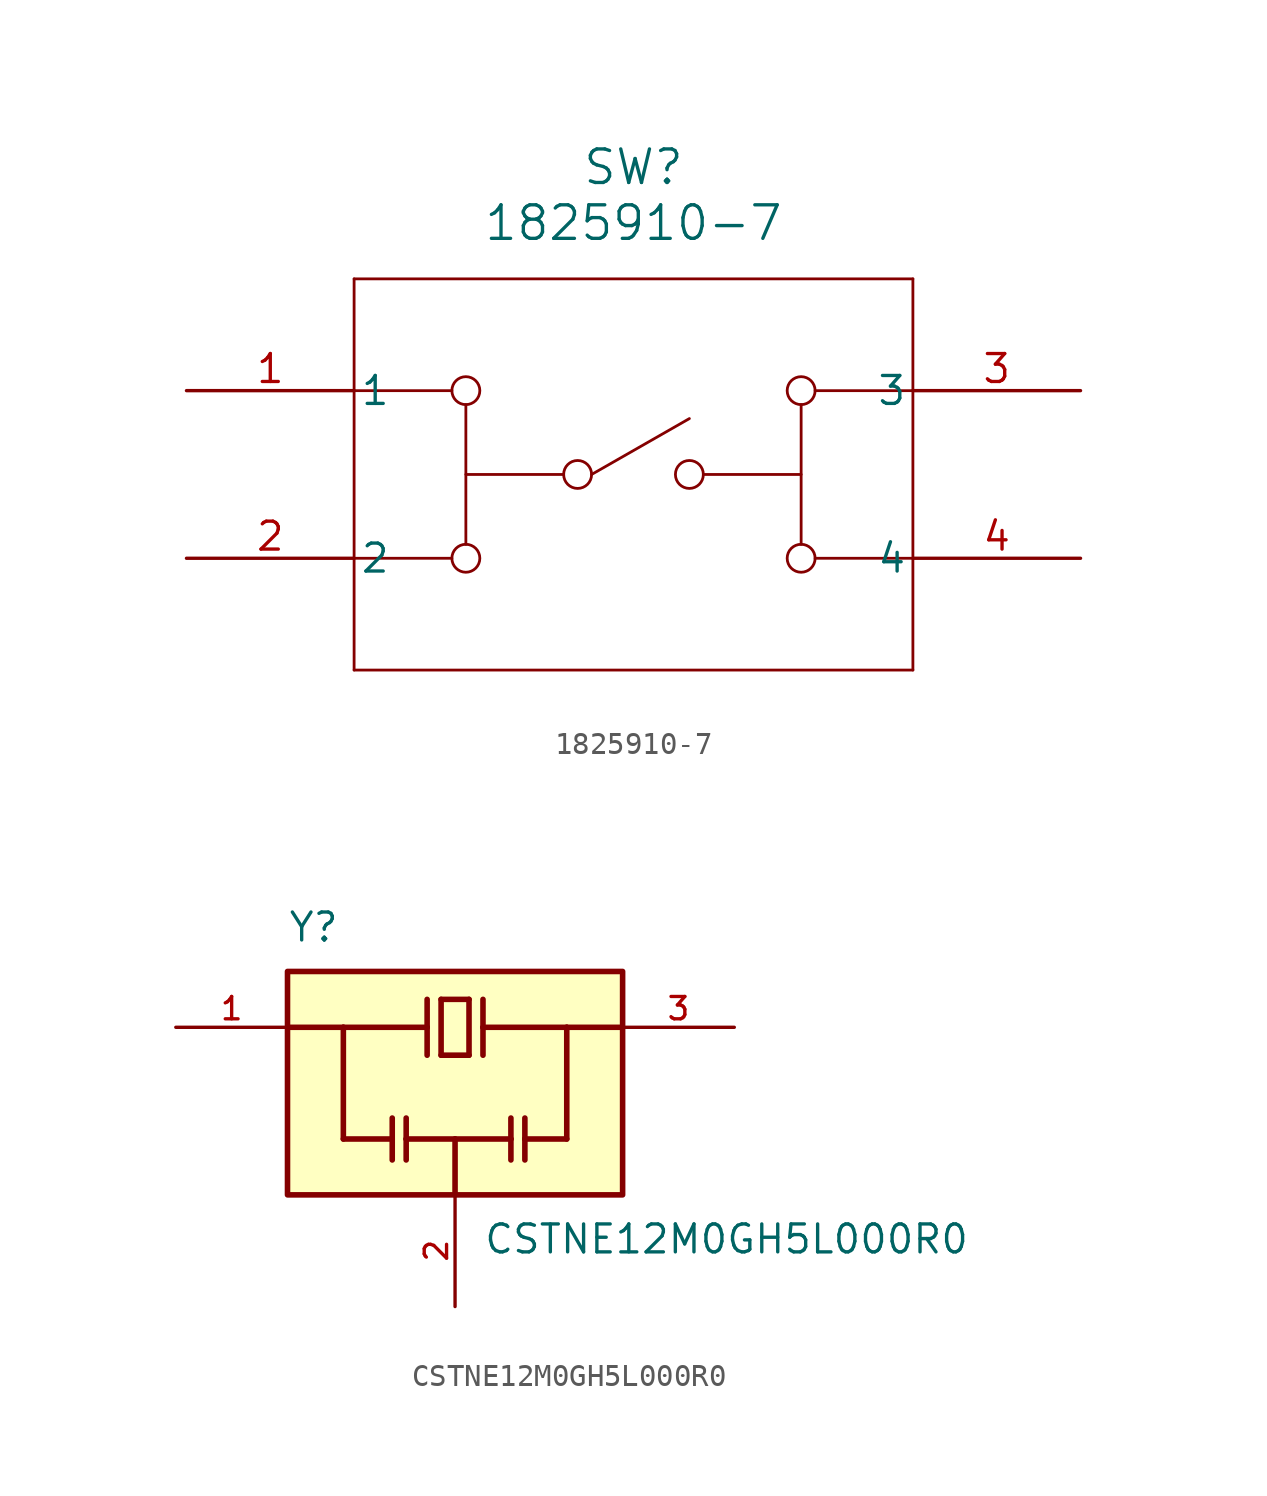
<source format=kicad_sym>
(kicad_symbol_lib
  (version 20241209)
  (generator "kicad_symbol_editor")
  (generator_version "9.0")
  (symbol "1825910-7"
    (pin_names
      (offset 0.254))
    (property "Reference" "SW"
      (at 20.32 10.16 0)
      (effects (font (size 1.524 1.524))))
    (property "Value" "1825910-7"
      (at 20.32 7.62 0)
      (effects (font (size 1.524 1.524))))
    (property "ki_locked" ""
      (at 0 0 0)
      (effects (font (size 1.27 1.27))))
    (symbol "1825910-7_0_1"
      (polyline (pts (xy 7.62 5.08) (xy 7.62 -12.7)) (stroke (width 0.127) (type default)) (fill (type none)))
      (polyline (pts (xy 7.62 0) (xy 12.065 0)) (stroke (width 0.127) (type default)) (fill (type none)))
      (polyline (pts (xy 7.62 -7.62) (xy 12.065 -7.62)) (stroke (width 0.127) (type default)) (fill (type none)))
      (polyline (pts (xy 7.62 -12.7) (xy 33.02 -12.7)) (stroke (width 0.127) (type default)) (fill (type none)))
      (circle (center 12.7 0) (radius 0.635) (stroke (width 0.127) (type default)) (fill (type none)))
      (polyline (pts (xy 12.7 -0.635) (xy 12.7 -6.985)) (stroke (width 0.127) (type default)) (fill (type none)))
      (polyline (pts (xy 12.7 -3.81) (xy 17.145 -3.81)) (stroke (width 0.127) (type default)) (fill (type none)))
      (circle (center 12.7 -7.62) (radius 0.635) (stroke (width 0.127) (type default)) (fill (type none)))
      (circle (center 17.78 -3.81) (radius 0.635) (stroke (width 0.127) (type default)) (fill (type none)))
      (polyline (pts (xy 18.415 -3.81) (xy 22.86 -1.27)) (stroke (width 0.127) (type default)) (fill (type none)))
      (circle (center 22.86 -3.81) (radius 0.635) (stroke (width 0.127) (type default)) (fill (type none)))
      (circle (center 27.94 0) (radius 0.635) (stroke (width 0.127) (type default)) (fill (type none)))
      (polyline (pts (xy 27.94 -0.635) (xy 27.94 -6.985)) (stroke (width 0.127) (type default)) (fill (type none)))
      (polyline (pts (xy 27.94 -3.81) (xy 23.495 -3.81)) (stroke (width 0.127) (type default)) (fill (type none)))
      (circle (center 27.94 -7.62) (radius 0.635) (stroke (width 0.127) (type default)) (fill (type none)))
      (polyline (pts (xy 33.02 5.08) (xy 7.62 5.08)) (stroke (width 0.127) (type default)) (fill (type none)))
      (polyline (pts (xy 33.02 0) (xy 28.575 0)) (stroke (width 0.127) (type default)) (fill (type none)))
      (polyline (pts (xy 33.02 -7.62) (xy 28.575 -7.62)) (stroke (width 0.127) (type default)) (fill (type none)))
      (polyline (pts (xy 33.02 -12.7) (xy 33.02 5.08)) (stroke (width 0.127) (type default)) (fill (type none)))
      (pin unspecified line (at 0 0 0) (length 7.62) (name "1" (effects (font (size 1.27 1.27)))) (number "1" (effects (font (size 1.27 1.27)))))
      (pin unspecified line (at 0 -7.62 0) (length 7.62) (name "2" (effects (font (size 1.27 1.27)))) (number "2" (effects (font (size 1.27 1.27)))))
      (pin unspecified line (at 40.64 0 180) (length 7.62) (name "3" (effects (font (size 1.27 1.27)))) (number "3" (effects (font (size 1.27 1.27)))))
      (pin unspecified line (at 40.64 -7.62 180) (length 7.62) (name "4" (effects (font (size 1.27 1.27)))) (number "4" (effects (font (size 1.27 1.27)))))))
  (symbol "CSTNE12M0GH5L000R0"
    (pin_names
      (offset 1.016))
    (property "Reference" "Y"
      (at -7.62 6.35 0)
      (effects (font (size 1.27 1.27)) (justify left bottom)))
    (property "Value" "CSTNE12M0GH5L000R0"
      (at 1.27 -6.35 0)
      (effects (font (size 1.27 1.27)) (justify left top)))
    (symbol "CSTNE12M0GH5L000R0_0_0"
      (polyline (pts (xy -7.62 2.54) (xy -5.08 2.54)) (stroke (width 0.254) (type default)) (fill (type none)))
      (rectangle (start -7.62 -5.08) (end 7.62 5.08) (stroke (width 0.254) (type default)) (fill (type background)))
      (polyline (pts (xy -5.08 2.54) (xy -1.27 2.54)) (stroke (width 0.254) (type default)) (fill (type none)))
      (polyline (pts (xy -5.08 -2.54) (xy -5.08 2.54)) (stroke (width 0.254) (type default)) (fill (type none)))
      (polyline (pts (xy -2.857 -1.587) (xy -2.857 -2.54)) (stroke (width 0.254) (type default)) (fill (type none)))
      (polyline (pts (xy -2.857 -2.54) (xy -5.08 -2.54)) (stroke (width 0.254) (type default)) (fill (type none)))
      (polyline (pts (xy -2.857 -2.54) (xy -2.857 -3.493)) (stroke (width 0.254) (type default)) (fill (type none)))
      (polyline (pts (xy -2.223 -1.587) (xy -2.223 -2.54)) (stroke (width 0.254) (type default)) (fill (type none)))
      (polyline (pts (xy -2.223 -2.54) (xy -2.223 -3.493)) (stroke (width 0.254) (type default)) (fill (type none)))
      (polyline (pts (xy -1.27 3.81) (xy -1.27 2.54)) (stroke (width 0.254) (type default)) (fill (type none)))
      (polyline (pts (xy -1.27 2.54) (xy -1.27 1.27)) (stroke (width 0.254) (type default)) (fill (type none)))
      (polyline (pts (xy -0.635 3.81) (xy 0.635 3.81)) (stroke (width 0.254) (type default)) (fill (type none)))
      (polyline (pts (xy -0.635 1.27) (xy -0.635 3.81)) (stroke (width 0.254) (type default)) (fill (type none)))
      (polyline (pts (xy 0 -2.54) (xy -2.223 -2.54)) (stroke (width 0.254) (type default)) (fill (type none)))
      (polyline (pts (xy 0 -2.54) (xy 2.54 -2.54)) (stroke (width 0.254) (type default)) (fill (type none)))
      (polyline (pts (xy 0 -5.08) (xy 0 -2.54)) (stroke (width 0.254) (type default)) (fill (type none)))
      (polyline (pts (xy 0.635 3.81) (xy 0.635 1.27)) (stroke (width 0.254) (type default)) (fill (type none)))
      (polyline (pts (xy 0.635 1.27) (xy -0.635 1.27)) (stroke (width 0.254) (type default)) (fill (type none)))
      (polyline (pts (xy 1.27 3.81) (xy 1.27 2.54)) (stroke (width 0.254) (type default)) (fill (type none)))
      (polyline (pts (xy 1.27 2.54) (xy 1.27 1.27)) (stroke (width 0.254) (type default)) (fill (type none)))
      (polyline (pts (xy 1.27 2.54) (xy 5.08 2.54)) (stroke (width 0.254) (type default)) (fill (type none)))
      (polyline (pts (xy 2.54 -1.587) (xy 2.54 -2.54)) (stroke (width 0.254) (type default)) (fill (type none)))
      (polyline (pts (xy 2.54 -2.54) (xy 2.54 -3.493)) (stroke (width 0.254) (type default)) (fill (type none)))
      (polyline (pts (xy 3.175 -1.587) (xy 3.175 -2.54)) (stroke (width 0.254) (type default)) (fill (type none)))
      (polyline (pts (xy 3.175 -2.54) (xy 3.175 -3.493)) (stroke (width 0.254) (type default)) (fill (type none)))
      (polyline (pts (xy 3.175 -2.54) (xy 5.08 -2.54)) (stroke (width 0.254) (type default)) (fill (type none)))
      (polyline (pts (xy 5.08 2.54) (xy 7.62 2.54)) (stroke (width 0.254) (type default)) (fill (type none)))
      (polyline (pts (xy 5.08 -2.54) (xy 5.08 2.54)) (stroke (width 0.254) (type default)) (fill (type none)))
      (pin input line (at -12.7 2.54 0) (length 5.08) (name "~" (effects (font (size 1.016 1.016)))) (number "1" (effects (font (size 1.016 1.016)))))
      (pin power_in line (at 0 -10.16 90) (length 5.08) (name "~" (effects (font (size 1.016 1.016)))) (number "2" (effects (font (size 1.016 1.016)))))
      (pin output line (at 12.7 2.54 180) (length 5.08) (name "~" (effects (font (size 1.016 1.016)))) (number "3" (effects (font (size 1.016 1.016))))))))
</source>
